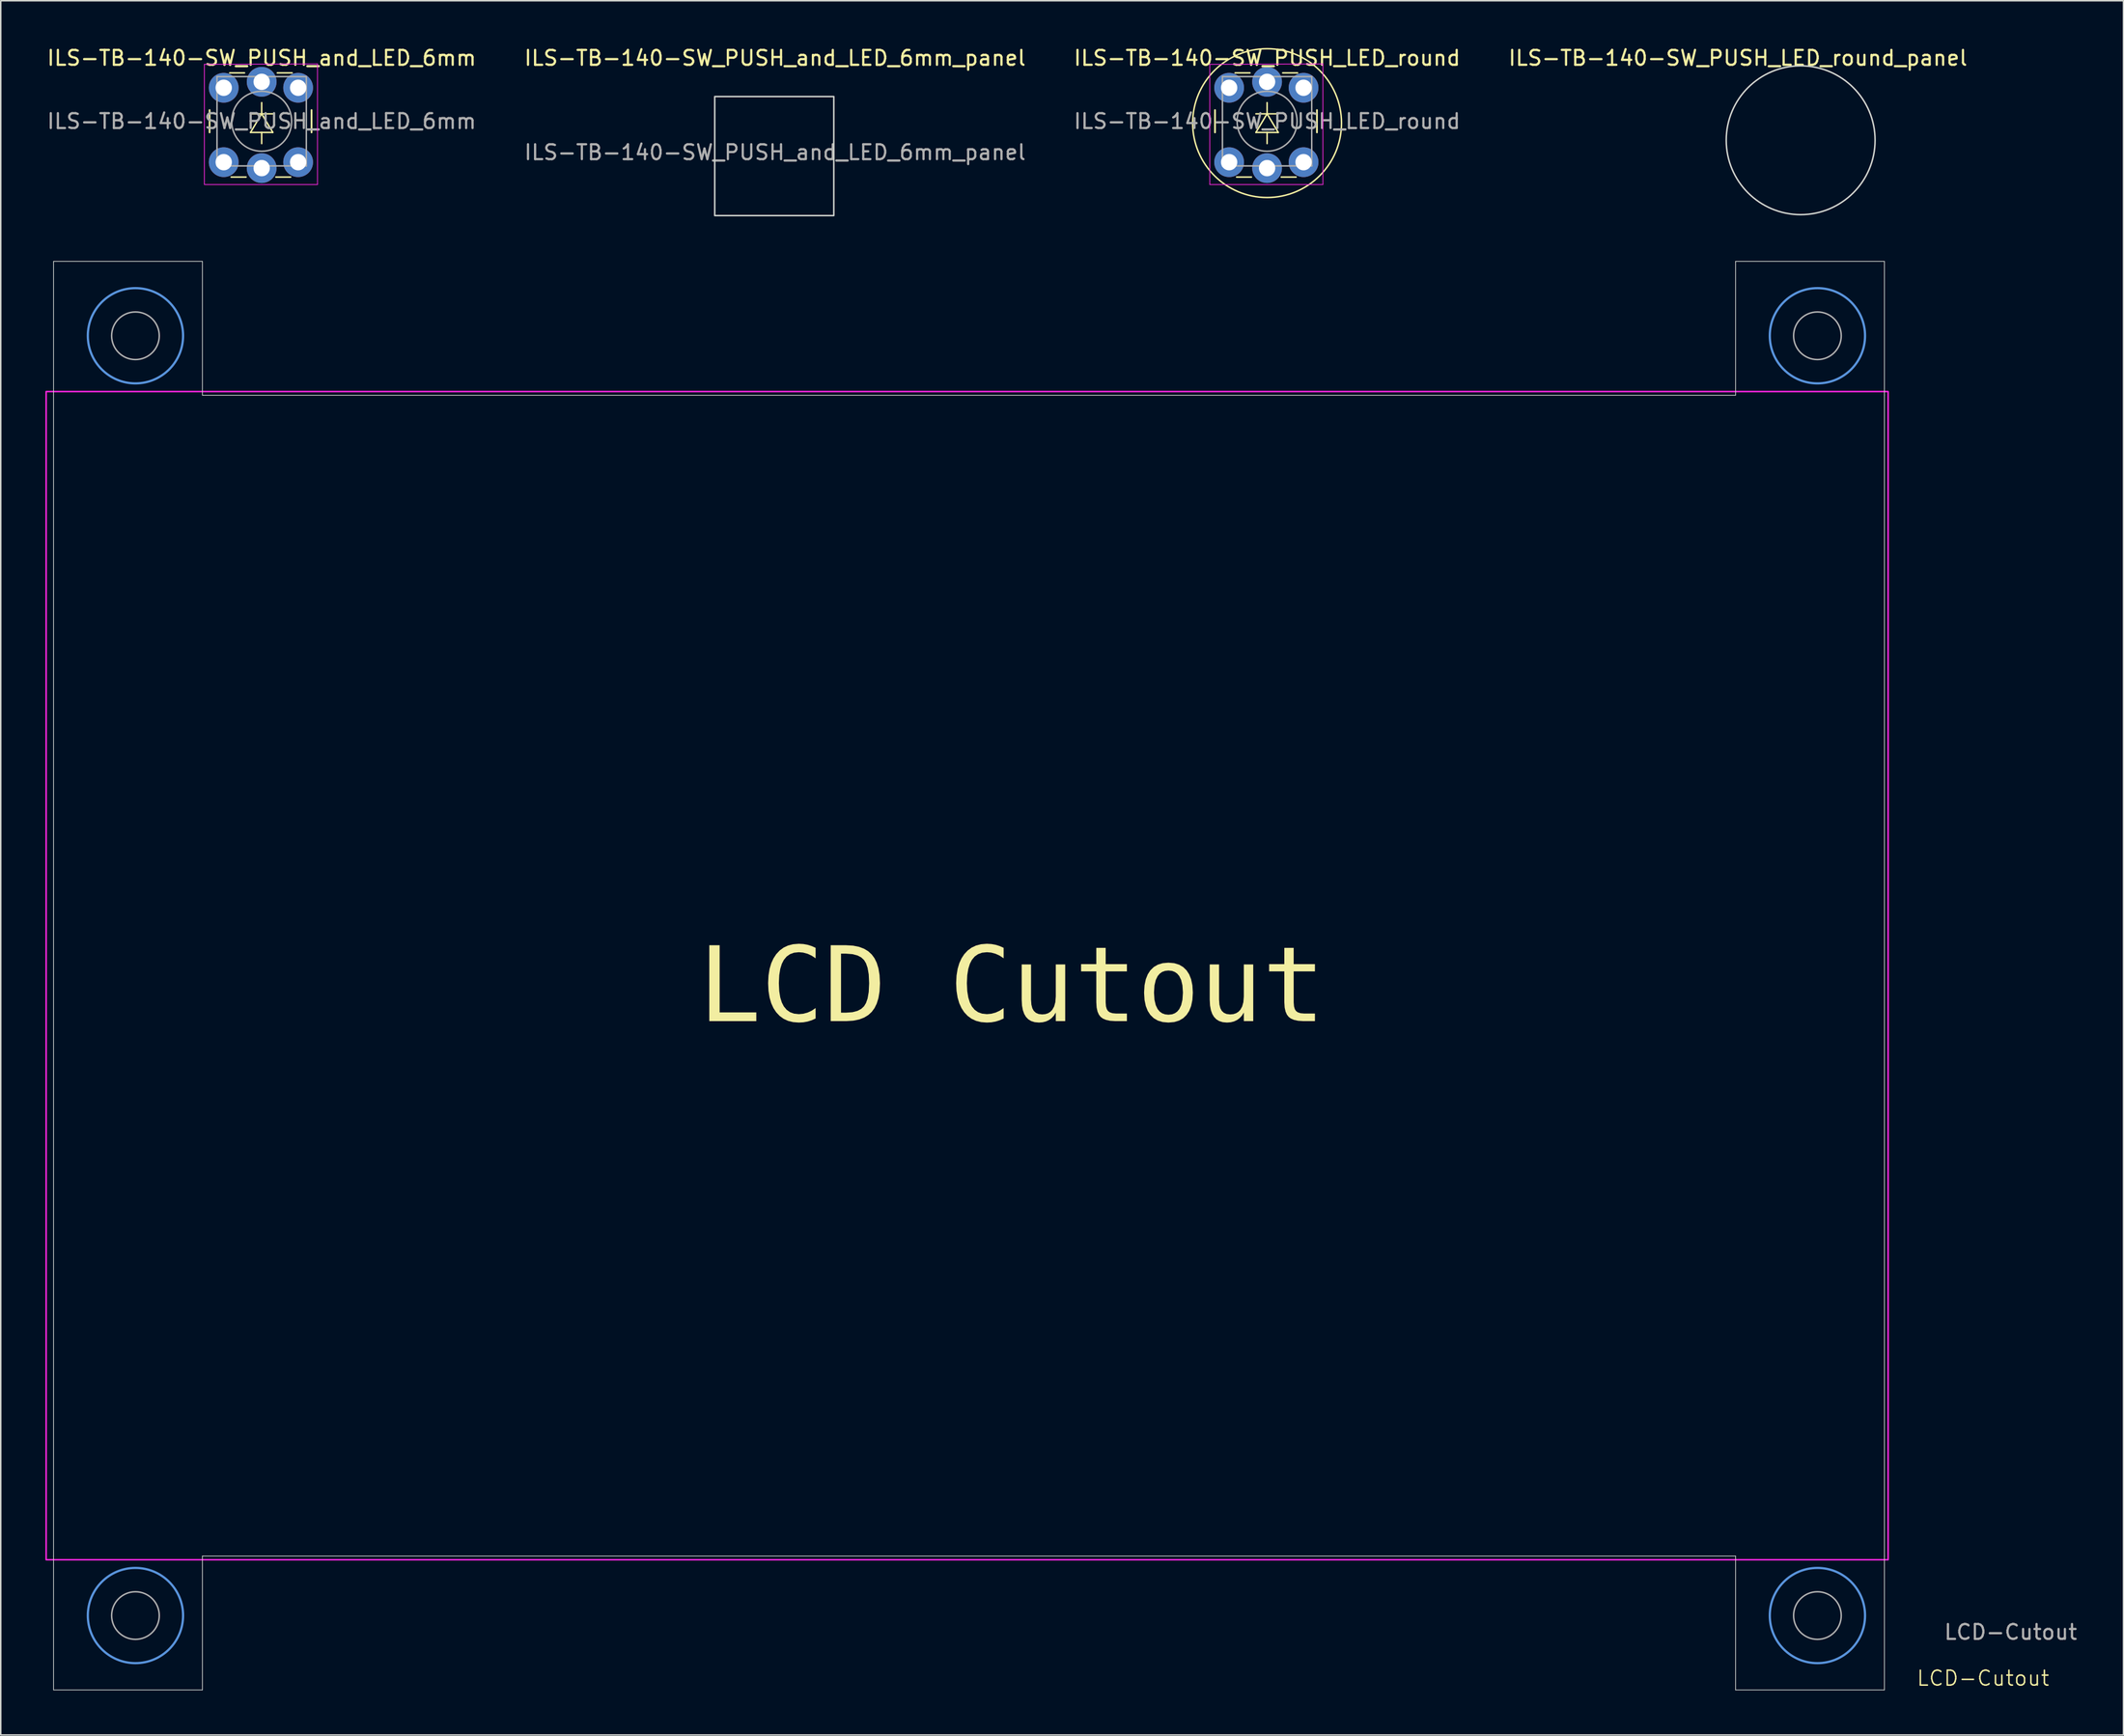
<source format=kicad_pcb>
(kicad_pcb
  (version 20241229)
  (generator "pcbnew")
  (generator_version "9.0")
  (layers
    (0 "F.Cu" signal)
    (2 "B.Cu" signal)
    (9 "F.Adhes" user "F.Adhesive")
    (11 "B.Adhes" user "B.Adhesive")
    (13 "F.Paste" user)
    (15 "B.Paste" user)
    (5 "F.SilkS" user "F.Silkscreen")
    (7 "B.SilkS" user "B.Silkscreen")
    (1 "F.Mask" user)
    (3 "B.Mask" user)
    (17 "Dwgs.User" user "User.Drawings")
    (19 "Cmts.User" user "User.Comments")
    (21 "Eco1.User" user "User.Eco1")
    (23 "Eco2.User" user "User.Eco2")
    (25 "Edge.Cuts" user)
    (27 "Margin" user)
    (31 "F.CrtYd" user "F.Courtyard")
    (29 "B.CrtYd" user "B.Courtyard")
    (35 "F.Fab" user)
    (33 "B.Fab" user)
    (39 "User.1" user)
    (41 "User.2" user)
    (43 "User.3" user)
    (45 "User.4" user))
  (footprint "ILS-TB-140-SW_PUSH_LED_round_panel"
    (layer "F.Cu")
    (at 114.674 3.998)
    (property "Reference" "ILS-TB-140-SW_PUSH_LED_round_panel" (at -0.965 -3.15 0) (layer "F.SilkS") (effects (font (size 1 1) (thickness 0.15))))
    (attr through_hole)
    (fp_circle (center 3.25 2.375) (end 8.25 2.375) (stroke (width 0.1) (type default)) (fill no) (layer "Edge.Cuts")))
  (footprint "ILS-TB-140-SW_PUSH_LED_round"
    (layer "F.Cu")
    (at 78.827 2.848)
    (property "Reference" "ILS-TB-140-SW_PUSH_LED_round" (at 3.25 -2 0) (layer "F.SilkS") (effects (font (size 1 1) (thickness 0.15))))
    (attr through_hole)
    (fp_line (start -0.25 1.5) (end -0.25 3) (stroke (width 0.12) (type solid)) (layer "F.SilkS"))
    (fp_line (start 1.1 -1) (end 2.1 -1) (stroke (width 0.1) (type default)) (layer "F.SilkS"))
    (fp_line (start 2.2 6) (end 1.2 6) (stroke (width 0.1) (type default)) (layer "F.SilkS"))
    (fp_line (start 2.5 1.75) (end 4 1.75) (stroke (width 0.1) (type default)) (layer "F.SilkS"))
    (fp_line (start 2.5 3) (end 4 3) (stroke (width 0.1) (type default)) (layer "F.SilkS"))
    (fp_line (start 3.25 1.75) (end 2.5 3) (stroke (width 0.1) (type default)) (layer "F.SilkS"))
    (fp_line (start 3.25 1.75) (end 3.25 1) (stroke (width 0.1) (type default)) (layer "F.SilkS"))
    (fp_line (start 3.25 3) (end 3.25 3.75) (stroke (width 0.1) (type default)) (layer "F.SilkS"))
    (fp_line (start 4 3) (end 3.25 1.75) (stroke (width 0.1) (type default)) (layer "F.SilkS"))
    (fp_line (start 4.3 -1) (end 5.3 -1) (stroke (width 0.1) (type default)) (layer "F.SilkS"))
    (fp_line (start 5.2 6) (end 4.2 6) (stroke (width 0.1) (type default)) (layer "F.SilkS"))
    (fp_line (start 6.6 3) (end 6.6 1.5) (stroke (width 0.12) (type solid)) (layer "F.SilkS"))
    (fp_circle (center 3.25 2.375) (end 8.25 2.375) (stroke (width 0.1) (type default)) (fill no) (layer "F.SilkS"))
    (fp_line (start -0.6 -1.575) (end 7 -1.6) (stroke (width 0.05) (type solid)) (layer "F.CrtYd"))
    (fp_line (start -0.6 6.5) (end -0.6 -1.575) (stroke (width 0.05) (type solid)) (layer "F.CrtYd"))
    (fp_line (start 7 -1.6) (end 7 6.5) (stroke (width 0.05) (type solid)) (layer "F.CrtYd"))
    (fp_line (start 7 6.5) (end -0.6 6.5) (stroke (width 0.05) (type solid)) (layer "F.CrtYd"))
    (fp_line (start 0.25 -0.75) (end 3.25 -0.75) (stroke (width 0.1) (type solid)) (layer "F.Fab"))
    (fp_line (start 0.25 5.25) (end 0.25 -0.75) (stroke (width 0.1) (type solid)) (layer "F.Fab"))
    (fp_line (start 3.25 -0.75) (end 6.25 -0.75) (stroke (width 0.1) (type solid)) (layer "F.Fab"))
    (fp_line (start 6.25 -0.75) (end 6.25 5.25) (stroke (width 0.1) (type solid)) (layer "F.Fab"))
    (fp_line (start 6.25 5.25) (end 0.25 5.25) (stroke (width 0.1) (type solid)) (layer "F.Fab"))
    (fp_circle (center 3.25 2.25) (end 1.25 2.5) (stroke (width 0.1) (type solid)) (fill no) (layer "F.Fab"))
    (fp_text user "${REFERENCE}" (at 3.25 2.25 0) (layer "F.Fab") (effects (font (size 1 1) (thickness 0.15))))
    (pad "1" thru_hole circle (at 0.7 0 90) (size 2 2) (drill 1.1) (layers "*.Cu" "*.Mask"))
    (pad "1" thru_hole circle (at 0.7 5 90) (size 2 2) (drill 1.1) (layers "*.Cu" "*.Mask"))
    (pad "2" thru_hole circle (at 5.7 0 90) (size 2 2) (drill 1.1) (layers "*.Cu" "*.Mask"))
    (pad "2" thru_hole circle (at 5.7 5 90) (size 2 2) (drill 1.1) (layers "*.Cu" "*.Mask"))
    (pad "3" thru_hole circle (at 3.25 -0.4 90) (size 2 2) (drill 1.1) (layers "*.Cu" "*.Mask"))
    (pad "4" thru_hole circle (at 3.25 5.4 90) (size 2 2) (drill 1.1) (layers "*.Cu" "*.Mask")))
  (footprint "ILS-TB-140-SW_PUSH_and_LED_6mm_panel"
    (layer "F.Cu")
    (at 45.768 4.938)
    (property "Reference" "ILS-TB-140-SW_PUSH_and_LED_6mm_panel" (at 3.25 -4.089 0) (layer "F.SilkS") (effects (font (size 1 1) (thickness 0.15))))
    (attr through_hole)
    (fp_rect (start -0.8 -1.5) (end 7.2 6.5) (stroke (width 0.1) (type default)) (fill no) (layer "Edge.Cuts"))
    (fp_text user "${REFERENCE}" (at 3.25 2.25 0) (layer "F.Fab") (effects (font (size 1 1) (thickness 0.15)))))
  (footprint "LCD-Cutout"
    (layer "F.Cu")
    (at 123.55 101.013)
    (property "Reference" "LCD-Cutout" (at 6.629 8.712 0) (unlocked yes) (layer "F.SilkS") (effects (font (size 1 1) (thickness 0.1))))
    (attr through_hole)
    (fp_circle (center -117.5 -81.5) (end -114.3 -81.5) (stroke (width 0.15) (type solid)) (fill no) (layer "Cmts.User"))
    (fp_circle (center -117.5 4.5) (end -114.3 4.5) (stroke (width 0.15) (type solid)) (fill no) (layer "Cmts.User"))
    (fp_circle (center -4.5 -81.5) (end -1.3 -81.5) (stroke (width 0.15) (type solid)) (fill no) (layer "Cmts.User"))
    (fp_circle (center -4.5 4.5) (end -1.3 4.5) (stroke (width 0.15) (type solid)) (fill no) (layer "Cmts.User"))
    (fp_line (start -123 -86.5) (end -113 -86.5) (stroke (width 0.05) (type default)) (layer "Edge.Cuts"))
    (fp_line (start -123 -77.5) (end -123 -86.5) (stroke (width 0.05) (type default)) (layer "Edge.Cuts"))
    (fp_line (start -123 -77.5) (end -123 0.5) (stroke (width 0.05) (type default)) (layer "Edge.Cuts"))
    (fp_line (start -123 0.5) (end -123 9.5) (stroke (width 0.05) (type default)) (layer "Edge.Cuts"))
    (fp_line (start -123 9.5) (end -113 9.5) (stroke (width 0.05) (type default)) (layer "Edge.Cuts"))
    (fp_line (start -113 -86.5) (end -113 -77.5) (stroke (width 0.05) (type default)) (layer "Edge.Cuts"))
    (fp_line (start -113 0.5) (end -10 0.5) (stroke (width 0.05) (type default)) (layer "Edge.Cuts"))
    (fp_line (start -113 9.5) (end -113 0.5) (stroke (width 0.05) (type default)) (layer "Edge.Cuts"))
    (fp_line (start -10 -86.5) (end -10 -77.5) (stroke (width 0.05) (type default)) (layer "Edge.Cuts"))
    (fp_line (start -10 -77.5) (end -113 -77.5) (stroke (width 0.05) (type default)) (layer "Edge.Cuts"))
    (fp_line (start -10 9.5) (end -10 0.5) (stroke (width 0.05) (type default)) (layer "Edge.Cuts"))
    (fp_line (start 0 -86.5) (end -10 -86.5) (stroke (width 0.05) (type default)) (layer "Edge.Cuts"))
    (fp_line (start 0 -77.5) (end 0 -86.5) (stroke (width 0.05) (type default)) (layer "Edge.Cuts"))
    (fp_line (start 0 0.5) (end 0 -77.5) (stroke (width 0.05) (type default)) (layer "Edge.Cuts"))
    (fp_line (start 0 0.5) (end 0 9.5) (stroke (width 0.05) (type default)) (layer "Edge.Cuts"))
    (fp_line (start 0 9.5) (end -10 9.5) (stroke (width 0.05) (type default)) (layer "Edge.Cuts"))
    (fp_rect (start -123.5 -77.75) (end 0.25 0.75) (stroke (width 0.1) (type default)) (fill no) (layer "F.CrtYd"))
    (fp_circle (center -117.5 -81.5) (end -115.9 -81.5) (stroke (width 0.1) (type default)) (fill no) (layer "F.Fab"))
    (fp_circle (center -117.5 4.5) (end -115.9 4.5) (stroke (width 0.1) (type default)) (fill no) (layer "F.Fab"))
    (fp_circle (center -4.5 -81.5) (end -2.9 -81.5) (stroke (width 0.1) (type default)) (fill no) (layer "F.Fab"))
    (fp_circle (center -4.5 4.5) (end -2.9 4.5) (stroke (width 0.1) (type default)) (fill no) (layer "F.Fab"))
    (fp_rect (start -116.25 -73.254) (end -6.5 -6.754) (stroke (width 0.1) (type default)) (fill no) (layer "User.6"))
    (fp_text user "LCD Cutout" (at -79.68 -34.595 0) (unlocked yes) (layer "F.SilkS") (effects (font (face "Courier New") (size 5 5) (thickness 0.1)) (justify left bottom)))
    (fp_text user "${REFERENCE}" (at 8.484 5.613 0) (unlocked yes) (layer "F.Fab") (effects (font (size 1 1) (thickness 0.15)))))
  (footprint "ILS-TB-140-SW_PUSH_and_LED_6mm"
    (layer "F.Cu")
    (at 11.28 2.848)
    (property "Reference" "ILS-TB-140-SW_PUSH_and_LED_6mm" (at 3.25 -2 0) (layer "F.SilkS") (effects (font (size 1 1) (thickness 0.15))))
    (attr through_hole)
    (fp_line (start -0.25 1.5) (end -0.25 3) (stroke (width 0.12) (type solid)) (layer "F.SilkS"))
    (fp_line (start 1.1 -1) (end 2.1 -1) (stroke (width 0.1) (type default)) (layer "F.SilkS"))
    (fp_line (start 2.2 6) (end 1.2 6) (stroke (width 0.1) (type default)) (layer "F.SilkS"))
    (fp_line (start 2.5 1.75) (end 4 1.75) (stroke (width 0.1) (type default)) (layer "F.SilkS"))
    (fp_line (start 2.5 3) (end 4 3) (stroke (width 0.1) (type default)) (layer "F.SilkS"))
    (fp_line (start 3.25 1.75) (end 2.5 3) (stroke (width 0.1) (type default)) (layer "F.SilkS"))
    (fp_line (start 3.25 1.75) (end 3.25 1) (stroke (width 0.1) (type default)) (layer "F.SilkS"))
    (fp_line (start 3.25 3) (end 3.25 3.75) (stroke (width 0.1) (type default)) (layer "F.SilkS"))
    (fp_line (start 4 3) (end 3.25 1.75) (stroke (width 0.1) (type default)) (layer "F.SilkS"))
    (fp_line (start 4.3 -1) (end 5.3 -1) (stroke (width 0.1) (type default)) (layer "F.SilkS"))
    (fp_line (start 5.2 6) (end 4.2 6) (stroke (width 0.1) (type default)) (layer "F.SilkS"))
    (fp_line (start 6.6 3) (end 6.6 1.5) (stroke (width 0.12) (type solid)) (layer "F.SilkS"))
    (fp_line (start -0.6 -1.575) (end 7 -1.6) (stroke (width 0.05) (type solid)) (layer "F.CrtYd"))
    (fp_line (start -0.6 6.5) (end -0.6 -1.575) (stroke (width 0.05) (type solid)) (layer "F.CrtYd"))
    (fp_line (start 7 -1.6) (end 7 6.5) (stroke (width 0.05) (type solid)) (layer "F.CrtYd"))
    (fp_line (start 7 6.5) (end -0.6 6.5) (stroke (width 0.05) (type solid)) (layer "F.CrtYd"))
    (fp_line (start 0.25 -0.75) (end 3.25 -0.75) (stroke (width 0.1) (type solid)) (layer "F.Fab"))
    (fp_line (start 0.25 5.25) (end 0.25 -0.75) (stroke (width 0.1) (type solid)) (layer "F.Fab"))
    (fp_line (start 3.25 -0.75) (end 6.25 -0.75) (stroke (width 0.1) (type solid)) (layer "F.Fab"))
    (fp_line (start 6.25 -0.75) (end 6.25 5.25) (stroke (width 0.1) (type solid)) (layer "F.Fab"))
    (fp_line (start 6.25 5.25) (end 0.25 5.25) (stroke (width 0.1) (type solid)) (layer "F.Fab"))
    (fp_circle (center 3.25 2.25) (end 1.25 2.5) (stroke (width 0.1) (type solid)) (fill no) (layer "F.Fab"))
    (fp_text user "${REFERENCE}" (at 3.25 2.25 0) (layer "F.Fab") (effects (font (size 1 1) (thickness 0.15))))
    (pad "1" thru_hole circle (at 0.7 0 90) (size 2 2) (drill 1.1) (layers "*.Cu" "*.Mask"))
    (pad "1" thru_hole circle (at 0.7 5 90) (size 2 2) (drill 1.1) (layers "*.Cu" "*.Mask"))
    (pad "2" thru_hole circle (at 5.7 0 90) (size 2 2) (drill 1.1) (layers "*.Cu" "*.Mask"))
    (pad "2" thru_hole circle (at 5.7 5 90) (size 2 2) (drill 1.1) (layers "*.Cu" "*.Mask"))
    (pad "3" thru_hole circle (at 3.25 -0.4 90) (size 2 2) (drill 1.1) (layers "*.Cu" "*.Mask"))
    (pad "4" thru_hole circle (at 3.25 5.4 90) (size 2 2) (drill 1.1) (layers "*.Cu" "*.Mask")))
  (gr_rect
    (start -3 -3)
    (end 139.611 113.538)
    (stroke (width 0.1) (type default))
    (fill no)
    (layer "Edge.Cuts")))
</source>
